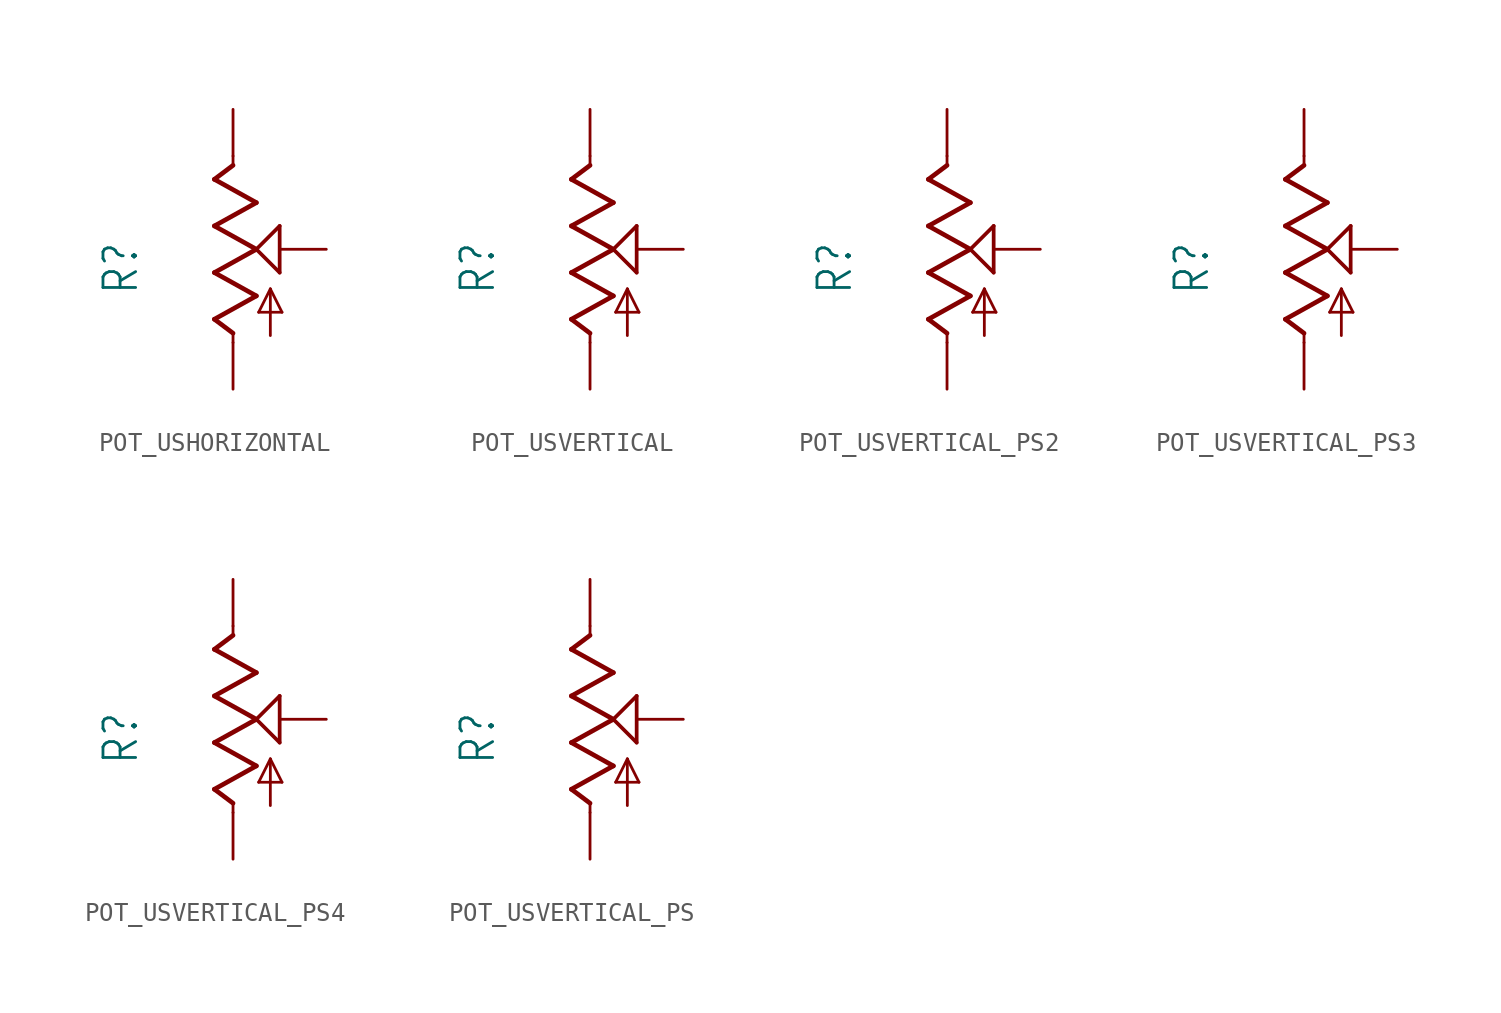
<source format=kicad_sym>
(kicad_symbol_lib
  (version 20231120)
  (generator "kicad_symbol_editor")
  (generator_version "8.0")
  (symbol "POT_USHORIZONTAL"
    (property "Reference" "R"
      (at -5.08 -2.54 90)
      (effects (font (size 1.778 1.511)) (justify left bottom)))
    (property "Value" ""
      (at -2.54 -2.54 90)
      (effects (font (size 1.778 1.511)) (justify left bottom)))
    (property "ki_locked" ""
      (at 0 0 0)
      (effects (font (size 1.27 1.27))))
    (symbol "POT_USHORIZONTAL_1_0"
      (polyline (pts (xy -1.016 -3.81) (xy 1.27 -2.54)) (stroke (width 0.254) (type solid)) (fill (type none)))
      (polyline (pts (xy -1.016 -1.27) (xy 1.27 0)) (stroke (width 0.254) (type solid)) (fill (type none)))
      (polyline (pts (xy -1.016 1.27) (xy 1.27 2.54)) (stroke (width 0.254) (type solid)) (fill (type none)))
      (polyline (pts (xy -1.016 3.81) (xy 0 4.572)) (stroke (width 0.254) (type solid)) (fill (type none)))
      (polyline (pts (xy 0 -5.08) (xy 0 -4.572)) (stroke (width 0.152) (type solid)) (fill (type none)))
      (polyline (pts (xy 0 -4.572) (xy -1.016 -3.81)) (stroke (width 0.254) (type solid)) (fill (type none)))
      (polyline (pts (xy 0 4.572) (xy 0 5.08)) (stroke (width 0.152) (type solid)) (fill (type none)))
      (polyline (pts (xy 1.27 -2.54) (xy -1.016 -1.27)) (stroke (width 0.254) (type solid)) (fill (type none)))
      (polyline (pts (xy 1.27 0) (xy -1.016 1.27)) (stroke (width 0.254) (type solid)) (fill (type none)))
      (polyline (pts (xy 1.27 0) (xy 2.54 1.27)) (stroke (width 0.203) (type solid)) (fill (type none)))
      (polyline (pts (xy 1.27 2.54) (xy -1.016 3.81)) (stroke (width 0.254) (type solid)) (fill (type none)))
      (polyline (pts (xy 1.397 -3.429) (xy 2.032 -2.159)) (stroke (width 0.152) (type solid)) (fill (type none)))
      (polyline (pts (xy 2.032 -4.699) (xy 2.032 -2.159)) (stroke (width 0.152) (type solid)) (fill (type none)))
      (polyline (pts (xy 2.032 -2.159) (xy 2.667 -3.429)) (stroke (width 0.152) (type solid)) (fill (type none)))
      (polyline (pts (xy 2.54 -1.27) (xy 1.27 0)) (stroke (width 0.203) (type solid)) (fill (type none)))
      (polyline (pts (xy 2.54 1.27) (xy 2.54 -1.27)) (stroke (width 0.203) (type solid)) (fill (type none)))
      (polyline (pts (xy 2.667 -3.429) (xy 1.397 -3.429)) (stroke (width 0.152) (type solid)) (fill (type none)))
      (pin passive line (at 0 7.62 270) (length 2.54) (name "E" (effects (font (size 0 0)))) (number "P$1" (effects (font (size 0 0)))))
      (pin passive line (at 5.08 0 180) (length 2.54) (name "S" (effects (font (size 0 0)))) (number "P$2" (effects (font (size 0 0)))))
      (pin passive line (at 0 -7.62 90) (length 2.54) (name "A" (effects (font (size 0 0)))) (number "P$3" (effects (font (size 0 0)))))))
  (symbol "POT_USVERTICAL"
    (property "Reference" "R"
      (at -5.08 -2.54 90)
      (effects (font (size 1.778 1.511)) (justify left bottom)))
    (property "Value" ""
      (at -2.54 -2.54 90)
      (effects (font (size 1.778 1.511)) (justify left bottom)))
    (property "ki_locked" ""
      (at 0 0 0)
      (effects (font (size 1.27 1.27))))
    (symbol "POT_USVERTICAL_1_0"
      (polyline (pts (xy -1.016 -3.81) (xy 1.27 -2.54)) (stroke (width 0.254) (type solid)) (fill (type none)))
      (polyline (pts (xy -1.016 -1.27) (xy 1.27 0)) (stroke (width 0.254) (type solid)) (fill (type none)))
      (polyline (pts (xy -1.016 1.27) (xy 1.27 2.54)) (stroke (width 0.254) (type solid)) (fill (type none)))
      (polyline (pts (xy -1.016 3.81) (xy 0 4.572)) (stroke (width 0.254) (type solid)) (fill (type none)))
      (polyline (pts (xy 0 -5.08) (xy 0 -4.572)) (stroke (width 0.152) (type solid)) (fill (type none)))
      (polyline (pts (xy 0 -4.572) (xy -1.016 -3.81)) (stroke (width 0.254) (type solid)) (fill (type none)))
      (polyline (pts (xy 0 4.572) (xy 0 5.08)) (stroke (width 0.152) (type solid)) (fill (type none)))
      (polyline (pts (xy 1.27 -2.54) (xy -1.016 -1.27)) (stroke (width 0.254) (type solid)) (fill (type none)))
      (polyline (pts (xy 1.27 0) (xy -1.016 1.27)) (stroke (width 0.254) (type solid)) (fill (type none)))
      (polyline (pts (xy 1.27 0) (xy 2.54 1.27)) (stroke (width 0.203) (type solid)) (fill (type none)))
      (polyline (pts (xy 1.27 2.54) (xy -1.016 3.81)) (stroke (width 0.254) (type solid)) (fill (type none)))
      (polyline (pts (xy 1.397 -3.429) (xy 2.032 -2.159)) (stroke (width 0.152) (type solid)) (fill (type none)))
      (polyline (pts (xy 2.032 -4.699) (xy 2.032 -2.159)) (stroke (width 0.152) (type solid)) (fill (type none)))
      (polyline (pts (xy 2.032 -2.159) (xy 2.667 -3.429)) (stroke (width 0.152) (type solid)) (fill (type none)))
      (polyline (pts (xy 2.54 -1.27) (xy 1.27 0)) (stroke (width 0.203) (type solid)) (fill (type none)))
      (polyline (pts (xy 2.54 1.27) (xy 2.54 -1.27)) (stroke (width 0.203) (type solid)) (fill (type none)))
      (polyline (pts (xy 2.667 -3.429) (xy 1.397 -3.429)) (stroke (width 0.152) (type solid)) (fill (type none)))
      (pin passive line (at 0 7.62 270) (length 2.54) (name "E" (effects (font (size 0 0)))) (number "P$1" (effects (font (size 0 0)))))
      (pin passive line (at 5.08 0 180) (length 2.54) (name "S" (effects (font (size 0 0)))) (number "P$2" (effects (font (size 0 0)))))
      (pin passive line (at 0 -7.62 90) (length 2.54) (name "A" (effects (font (size 0 0)))) (number "P$3" (effects (font (size 0 0)))))))
  (symbol "POT_USVERTICAL_PS2"
    (property "Reference" "R"
      (at -5.08 -2.54 90)
      (effects (font (size 1.778 1.511)) (justify left bottom)))
    (property "Value" ""
      (at -2.54 -2.54 90)
      (effects (font (size 1.778 1.511)) (justify left bottom)))
    (property "ki_locked" ""
      (at 0 0 0)
      (effects (font (size 1.27 1.27))))
    (symbol "POT_USVERTICAL_PS2_1_0"
      (polyline (pts (xy -1.016 -3.81) (xy 1.27 -2.54)) (stroke (width 0.254) (type solid)) (fill (type none)))
      (polyline (pts (xy -1.016 -1.27) (xy 1.27 0)) (stroke (width 0.254) (type solid)) (fill (type none)))
      (polyline (pts (xy -1.016 1.27) (xy 1.27 2.54)) (stroke (width 0.254) (type solid)) (fill (type none)))
      (polyline (pts (xy -1.016 3.81) (xy 0 4.572)) (stroke (width 0.254) (type solid)) (fill (type none)))
      (polyline (pts (xy 0 -5.08) (xy 0 -4.572)) (stroke (width 0.152) (type solid)) (fill (type none)))
      (polyline (pts (xy 0 -4.572) (xy -1.016 -3.81)) (stroke (width 0.254) (type solid)) (fill (type none)))
      (polyline (pts (xy 0 4.572) (xy 0 5.08)) (stroke (width 0.152) (type solid)) (fill (type none)))
      (polyline (pts (xy 1.27 -2.54) (xy -1.016 -1.27)) (stroke (width 0.254) (type solid)) (fill (type none)))
      (polyline (pts (xy 1.27 0) (xy -1.016 1.27)) (stroke (width 0.254) (type solid)) (fill (type none)))
      (polyline (pts (xy 1.27 0) (xy 2.54 1.27)) (stroke (width 0.203) (type solid)) (fill (type none)))
      (polyline (pts (xy 1.27 2.54) (xy -1.016 3.81)) (stroke (width 0.254) (type solid)) (fill (type none)))
      (polyline (pts (xy 1.397 -3.429) (xy 2.032 -2.159)) (stroke (width 0.152) (type solid)) (fill (type none)))
      (polyline (pts (xy 2.032 -4.699) (xy 2.032 -2.159)) (stroke (width 0.152) (type solid)) (fill (type none)))
      (polyline (pts (xy 2.032 -2.159) (xy 2.667 -3.429)) (stroke (width 0.152) (type solid)) (fill (type none)))
      (polyline (pts (xy 2.54 -1.27) (xy 1.27 0)) (stroke (width 0.203) (type solid)) (fill (type none)))
      (polyline (pts (xy 2.54 1.27) (xy 2.54 -1.27)) (stroke (width 0.203) (type solid)) (fill (type none)))
      (polyline (pts (xy 2.667 -3.429) (xy 1.397 -3.429)) (stroke (width 0.152) (type solid)) (fill (type none)))
      (pin passive line (at 0 7.62 270) (length 2.54) (name "E" (effects (font (size 0 0)))) (number "P$1" (effects (font (size 0 0)))))
      (pin passive line (at 5.08 0 180) (length 2.54) (name "S" (effects (font (size 0 0)))) (number "P$2" (effects (font (size 0 0)))))
      (pin passive line (at 0 -7.62 90) (length 2.54) (name "A" (effects (font (size 0 0)))) (number "P$3" (effects (font (size 0 0)))))))
  (symbol "POT_USVERTICAL_PS3"
    (property "Reference" "R"
      (at -5.08 -2.54 90)
      (effects (font (size 1.778 1.511)) (justify left bottom)))
    (property "Value" ""
      (at -2.54 -2.54 90)
      (effects (font (size 1.778 1.511)) (justify left bottom)))
    (property "ki_locked" ""
      (at 0 0 0)
      (effects (font (size 1.27 1.27))))
    (symbol "POT_USVERTICAL_PS3_1_0"
      (polyline (pts (xy -1.016 -3.81) (xy 1.27 -2.54)) (stroke (width 0.254) (type solid)) (fill (type none)))
      (polyline (pts (xy -1.016 -1.27) (xy 1.27 0)) (stroke (width 0.254) (type solid)) (fill (type none)))
      (polyline (pts (xy -1.016 1.27) (xy 1.27 2.54)) (stroke (width 0.254) (type solid)) (fill (type none)))
      (polyline (pts (xy -1.016 3.81) (xy 0 4.572)) (stroke (width 0.254) (type solid)) (fill (type none)))
      (polyline (pts (xy 0 -5.08) (xy 0 -4.572)) (stroke (width 0.152) (type solid)) (fill (type none)))
      (polyline (pts (xy 0 -4.572) (xy -1.016 -3.81)) (stroke (width 0.254) (type solid)) (fill (type none)))
      (polyline (pts (xy 0 4.572) (xy 0 5.08)) (stroke (width 0.152) (type solid)) (fill (type none)))
      (polyline (pts (xy 1.27 -2.54) (xy -1.016 -1.27)) (stroke (width 0.254) (type solid)) (fill (type none)))
      (polyline (pts (xy 1.27 0) (xy -1.016 1.27)) (stroke (width 0.254) (type solid)) (fill (type none)))
      (polyline (pts (xy 1.27 0) (xy 2.54 1.27)) (stroke (width 0.203) (type solid)) (fill (type none)))
      (polyline (pts (xy 1.27 2.54) (xy -1.016 3.81)) (stroke (width 0.254) (type solid)) (fill (type none)))
      (polyline (pts (xy 1.397 -3.429) (xy 2.032 -2.159)) (stroke (width 0.152) (type solid)) (fill (type none)))
      (polyline (pts (xy 2.032 -4.699) (xy 2.032 -2.159)) (stroke (width 0.152) (type solid)) (fill (type none)))
      (polyline (pts (xy 2.032 -2.159) (xy 2.667 -3.429)) (stroke (width 0.152) (type solid)) (fill (type none)))
      (polyline (pts (xy 2.54 -1.27) (xy 1.27 0)) (stroke (width 0.203) (type solid)) (fill (type none)))
      (polyline (pts (xy 2.54 1.27) (xy 2.54 -1.27)) (stroke (width 0.203) (type solid)) (fill (type none)))
      (polyline (pts (xy 2.667 -3.429) (xy 1.397 -3.429)) (stroke (width 0.152) (type solid)) (fill (type none)))
      (pin passive line (at 0 7.62 270) (length 2.54) (name "E" (effects (font (size 0 0)))) (number "P$1" (effects (font (size 0 0)))))
      (pin passive line (at 5.08 0 180) (length 2.54) (name "S" (effects (font (size 0 0)))) (number "P$2" (effects (font (size 0 0)))))
      (pin passive line (at 0 -7.62 90) (length 2.54) (name "A" (effects (font (size 0 0)))) (number "P$3" (effects (font (size 0 0)))))))
  (symbol "POT_USVERTICAL_PS4"
    (property "Reference" "R"
      (at -5.08 -2.54 90)
      (effects (font (size 1.778 1.511)) (justify left bottom)))
    (property "Value" ""
      (at -2.54 -2.54 90)
      (effects (font (size 1.778 1.511)) (justify left bottom)))
    (property "ki_locked" ""
      (at 0 0 0)
      (effects (font (size 1.27 1.27))))
    (symbol "POT_USVERTICAL_PS4_1_0"
      (polyline (pts (xy -1.016 -3.81) (xy 1.27 -2.54)) (stroke (width 0.254) (type solid)) (fill (type none)))
      (polyline (pts (xy -1.016 -1.27) (xy 1.27 0)) (stroke (width 0.254) (type solid)) (fill (type none)))
      (polyline (pts (xy -1.016 1.27) (xy 1.27 2.54)) (stroke (width 0.254) (type solid)) (fill (type none)))
      (polyline (pts (xy -1.016 3.81) (xy 0 4.572)) (stroke (width 0.254) (type solid)) (fill (type none)))
      (polyline (pts (xy 0 -5.08) (xy 0 -4.572)) (stroke (width 0.152) (type solid)) (fill (type none)))
      (polyline (pts (xy 0 -4.572) (xy -1.016 -3.81)) (stroke (width 0.254) (type solid)) (fill (type none)))
      (polyline (pts (xy 0 4.572) (xy 0 5.08)) (stroke (width 0.152) (type solid)) (fill (type none)))
      (polyline (pts (xy 1.27 -2.54) (xy -1.016 -1.27)) (stroke (width 0.254) (type solid)) (fill (type none)))
      (polyline (pts (xy 1.27 0) (xy -1.016 1.27)) (stroke (width 0.254) (type solid)) (fill (type none)))
      (polyline (pts (xy 1.27 0) (xy 2.54 1.27)) (stroke (width 0.203) (type solid)) (fill (type none)))
      (polyline (pts (xy 1.27 2.54) (xy -1.016 3.81)) (stroke (width 0.254) (type solid)) (fill (type none)))
      (polyline (pts (xy 1.397 -3.429) (xy 2.032 -2.159)) (stroke (width 0.152) (type solid)) (fill (type none)))
      (polyline (pts (xy 2.032 -4.699) (xy 2.032 -2.159)) (stroke (width 0.152) (type solid)) (fill (type none)))
      (polyline (pts (xy 2.032 -2.159) (xy 2.667 -3.429)) (stroke (width 0.152) (type solid)) (fill (type none)))
      (polyline (pts (xy 2.54 -1.27) (xy 1.27 0)) (stroke (width 0.203) (type solid)) (fill (type none)))
      (polyline (pts (xy 2.54 1.27) (xy 2.54 -1.27)) (stroke (width 0.203) (type solid)) (fill (type none)))
      (polyline (pts (xy 2.667 -3.429) (xy 1.397 -3.429)) (stroke (width 0.152) (type solid)) (fill (type none)))
      (pin passive line (at 0 7.62 270) (length 2.54) (name "E" (effects (font (size 0 0)))) (number "P$1" (effects (font (size 0 0)))))
      (pin passive line (at 5.08 0 180) (length 2.54) (name "S" (effects (font (size 0 0)))) (number "P$2" (effects (font (size 0 0)))))
      (pin passive line (at 0 -7.62 90) (length 2.54) (name "A" (effects (font (size 0 0)))) (number "P$3" (effects (font (size 0 0)))))))
  (symbol "POT_USVERTICAL_PS"
    (property "Reference" "R"
      (at -5.08 -2.54 90)
      (effects (font (size 1.778 1.511)) (justify left bottom)))
    (property "Value" ""
      (at -2.54 -2.54 90)
      (effects (font (size 1.778 1.511)) (justify left bottom)))
    (property "ki_locked" ""
      (at 0 0 0)
      (effects (font (size 1.27 1.27))))
    (symbol "POT_USVERTICAL_PS_1_0"
      (polyline (pts (xy -1.016 -3.81) (xy 1.27 -2.54)) (stroke (width 0.254) (type solid)) (fill (type none)))
      (polyline (pts (xy -1.016 -1.27) (xy 1.27 0)) (stroke (width 0.254) (type solid)) (fill (type none)))
      (polyline (pts (xy -1.016 1.27) (xy 1.27 2.54)) (stroke (width 0.254) (type solid)) (fill (type none)))
      (polyline (pts (xy -1.016 3.81) (xy 0 4.572)) (stroke (width 0.254) (type solid)) (fill (type none)))
      (polyline (pts (xy 0 -5.08) (xy 0 -4.572)) (stroke (width 0.152) (type solid)) (fill (type none)))
      (polyline (pts (xy 0 -4.572) (xy -1.016 -3.81)) (stroke (width 0.254) (type solid)) (fill (type none)))
      (polyline (pts (xy 0 4.572) (xy 0 5.08)) (stroke (width 0.152) (type solid)) (fill (type none)))
      (polyline (pts (xy 1.27 -2.54) (xy -1.016 -1.27)) (stroke (width 0.254) (type solid)) (fill (type none)))
      (polyline (pts (xy 1.27 0) (xy -1.016 1.27)) (stroke (width 0.254) (type solid)) (fill (type none)))
      (polyline (pts (xy 1.27 0) (xy 2.54 1.27)) (stroke (width 0.203) (type solid)) (fill (type none)))
      (polyline (pts (xy 1.27 2.54) (xy -1.016 3.81)) (stroke (width 0.254) (type solid)) (fill (type none)))
      (polyline (pts (xy 1.397 -3.429) (xy 2.032 -2.159)) (stroke (width 0.152) (type solid)) (fill (type none)))
      (polyline (pts (xy 2.032 -4.699) (xy 2.032 -2.159)) (stroke (width 0.152) (type solid)) (fill (type none)))
      (polyline (pts (xy 2.032 -2.159) (xy 2.667 -3.429)) (stroke (width 0.152) (type solid)) (fill (type none)))
      (polyline (pts (xy 2.54 -1.27) (xy 1.27 0)) (stroke (width 0.203) (type solid)) (fill (type none)))
      (polyline (pts (xy 2.54 1.27) (xy 2.54 -1.27)) (stroke (width 0.203) (type solid)) (fill (type none)))
      (polyline (pts (xy 2.667 -3.429) (xy 1.397 -3.429)) (stroke (width 0.152) (type solid)) (fill (type none)))
      (pin passive line (at 0 7.62 270) (length 2.54) (name "E" (effects (font (size 0 0)))) (number "P$1" (effects (font (size 0 0)))))
      (pin passive line (at 5.08 0 180) (length 2.54) (name "S" (effects (font (size 0 0)))) (number "P$2" (effects (font (size 0 0)))))
      (pin passive line (at 0 -7.62 90) (length 2.54) (name "A" (effects (font (size 0 0)))) (number "P$3" (effects (font (size 0 0))))))))
</source>
